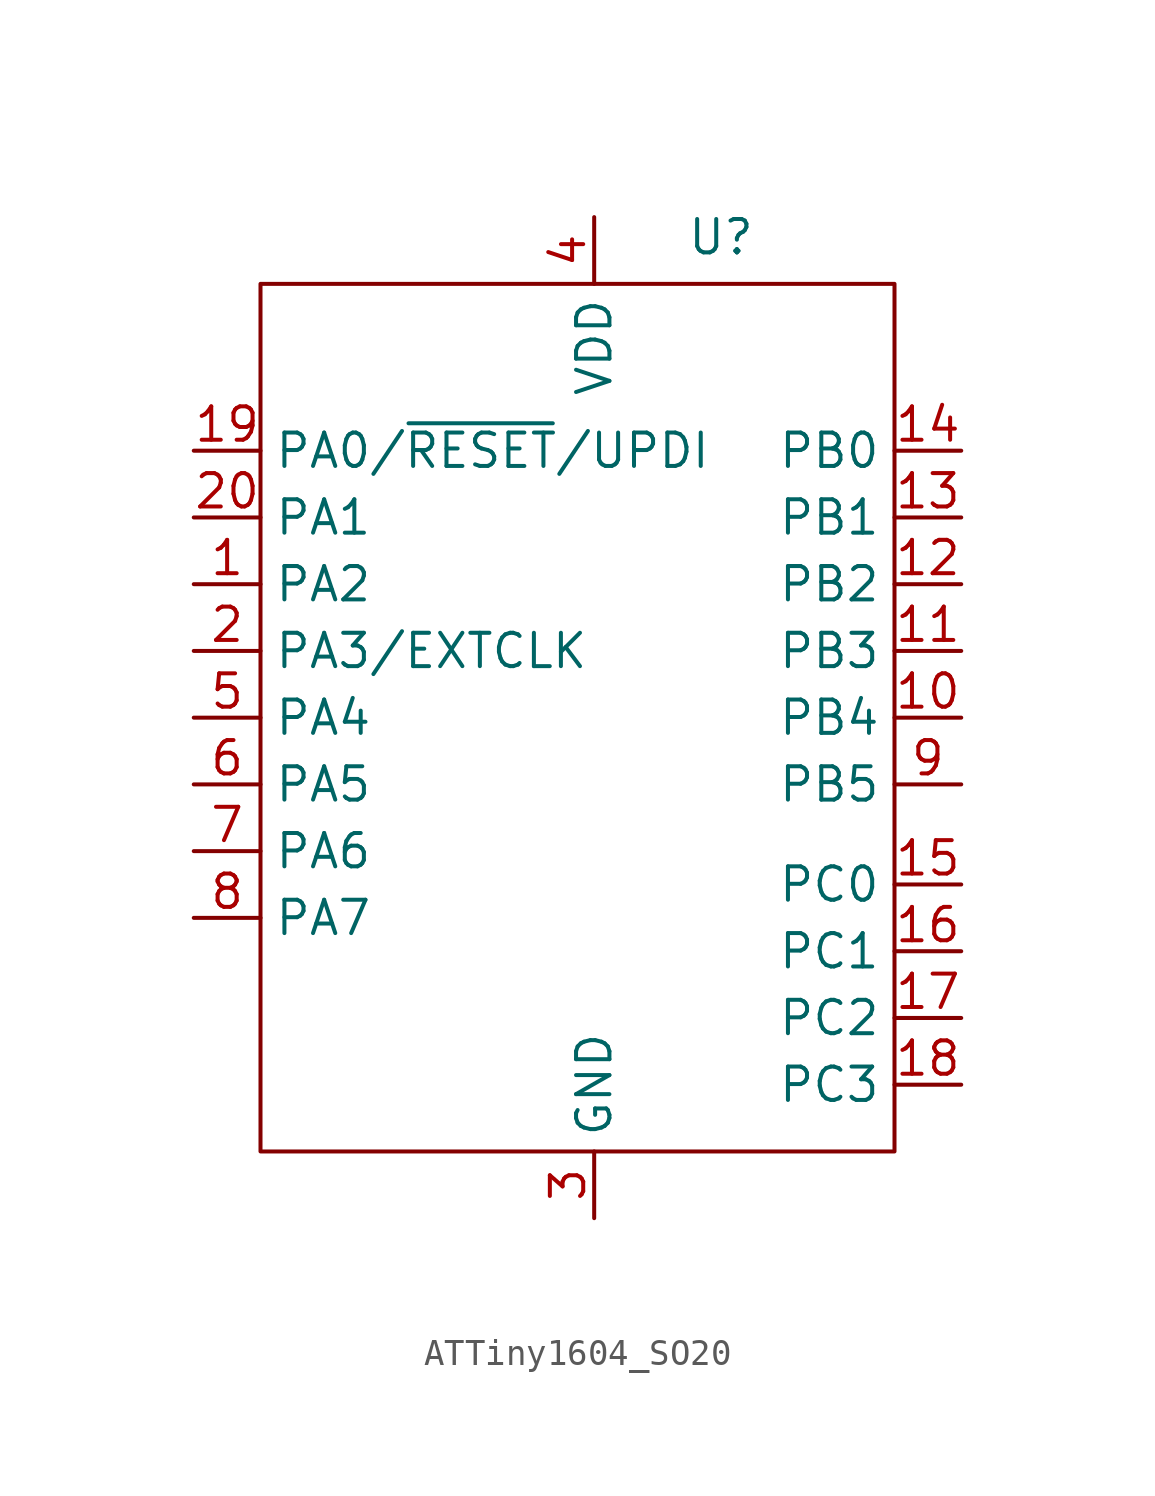
<source format=kicad_sym>
(kicad_symbol_lib
  (version 20241209)
  (generator "kicad_symbol_editor")
  (generator_version "9.0")
  (symbol "ATTiny1604_SO20"
    (property "Reference" "U"
      (at 4.826 8.128 0)
      (effects (font (size 1.27 1.27))))
    (property "Value" ""
      (at 0 0 0)
      (effects (font (size 1.27 1.27))))
    (symbol "ATTiny1604_SO20_0_1"
      (rectangle (start -12.7 6.35) (end 11.43 -26.67) (stroke (width 0) (type default)) (fill (type none))))
    (symbol "ATTiny1604_SO20_1_1"
      (pin input line (at -15.24 0 0) (length 2.54) (name "PA0/~{RESET}/UPDI" (effects (font (size 1.27 1.27)))) (number "19" (effects (font (size 1.27 1.27)))))
      (pin input line (at -15.24 -2.54 0) (length 2.54) (name "PA1" (effects (font (size 1.27 1.27)))) (number "20" (effects (font (size 1.27 1.27)))))
      (pin input line (at -15.24 -5.08 0) (length 2.54) (name "PA2" (effects (font (size 1.27 1.27)))) (number "1" (effects (font (size 1.27 1.27)))))
      (pin input line (at -15.24 -7.62 0) (length 2.54) (name "PA3/EXTCLK" (effects (font (size 1.27 1.27)))) (number "2" (effects (font (size 1.27 1.27)))))
      (pin input line (at -15.24 -10.16 0) (length 2.54) (name "PA4" (effects (font (size 1.27 1.27)))) (number "5" (effects (font (size 1.27 1.27)))))
      (pin input line (at -15.24 -12.7 0) (length 2.54) (name "PA5" (effects (font (size 1.27 1.27)))) (number "6" (effects (font (size 1.27 1.27)))))
      (pin input line (at -15.24 -15.24 0) (length 2.54) (name "PA6" (effects (font (size 1.27 1.27)))) (number "7" (effects (font (size 1.27 1.27)))))
      (pin input line (at -15.24 -17.78 0) (length 2.54) (name "PA7" (effects (font (size 1.27 1.27)))) (number "8" (effects (font (size 1.27 1.27)))))
      (pin input line (at 0 8.89 270) (length 2.54) (name "VDD" (effects (font (size 1.27 1.27)))) (number "4" (effects (font (size 1.27 1.27)))))
      (pin input line (at 0 -29.21 90) (length 2.54) (name "GND" (effects (font (size 1.27 1.27)))) (number "3" (effects (font (size 1.27 1.27)))))
      (pin input line (at 13.97 0 180) (length 2.54) (name "PB0" (effects (font (size 1.27 1.27)))) (number "14" (effects (font (size 1.27 1.27)))))
      (pin input line (at 13.97 -2.54 180) (length 2.54) (name "PB1" (effects (font (size 1.27 1.27)))) (number "13" (effects (font (size 1.27 1.27)))))
      (pin input line (at 13.97 -5.08 180) (length 2.54) (name "PB2" (effects (font (size 1.27 1.27)))) (number "12" (effects (font (size 1.27 1.27)))))
      (pin input line (at 13.97 -7.62 180) (length 2.54) (name "PB3" (effects (font (size 1.27 1.27)))) (number "11" (effects (font (size 1.27 1.27)))))
      (pin input line (at 13.97 -10.16 180) (length 2.54) (name "PB4" (effects (font (size 1.27 1.27)))) (number "10" (effects (font (size 1.27 1.27)))))
      (pin input line (at 13.97 -12.7 180) (length 2.54) (name "PB5" (effects (font (size 1.27 1.27)))) (number "9" (effects (font (size 1.27 1.27)))))
      (pin input line (at 13.97 -16.51 180) (length 2.54) (name "PC0" (effects (font (size 1.27 1.27)))) (number "15" (effects (font (size 1.27 1.27)))))
      (pin input line (at 13.97 -19.05 180) (length 2.54) (name "PC1" (effects (font (size 1.27 1.27)))) (number "16" (effects (font (size 1.27 1.27)))))
      (pin input line (at 13.97 -21.59 180) (length 2.54) (name "PC2" (effects (font (size 1.27 1.27)))) (number "17" (effects (font (size 1.27 1.27)))))
      (pin input line (at 13.97 -24.13 180) (length 2.54) (name "PC3" (effects (font (size 1.27 1.27)))) (number "18" (effects (font (size 1.27 1.27))))))))
</source>
